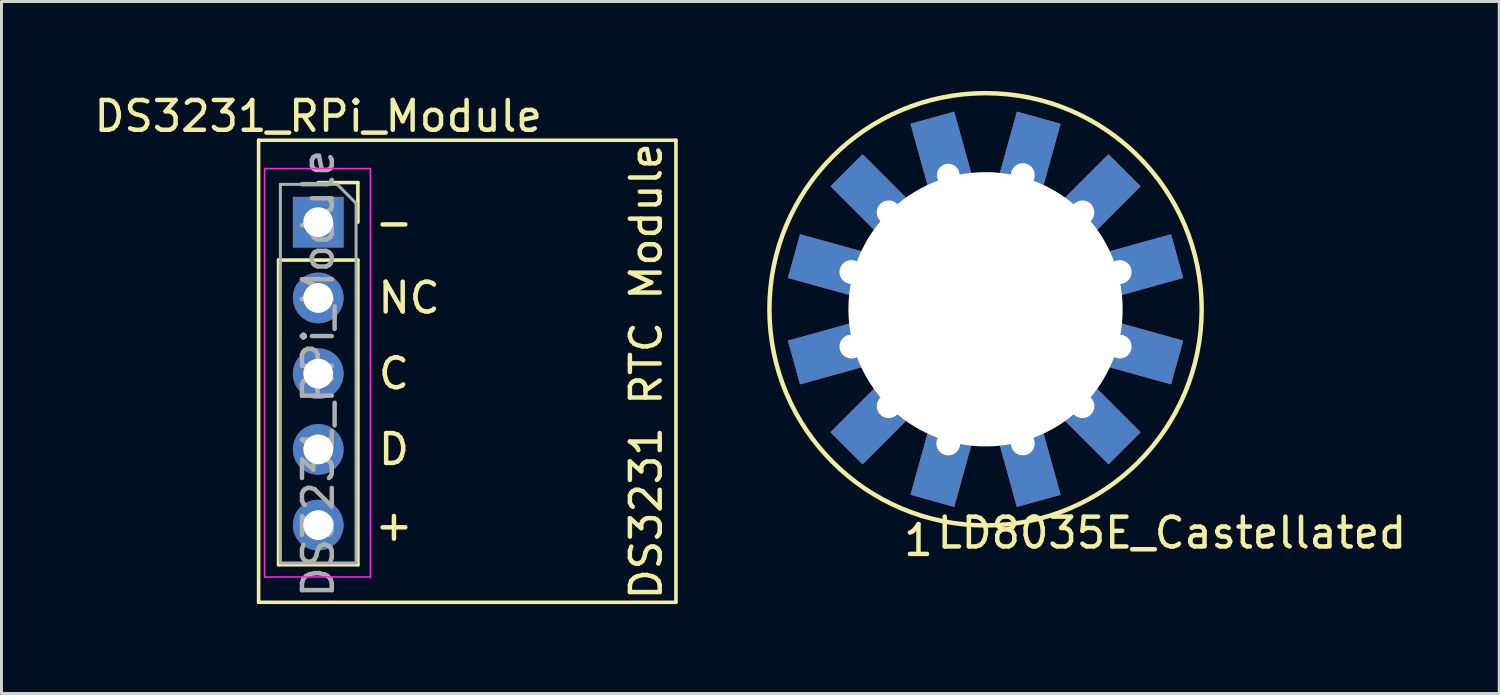
<source format=kicad_pcb>
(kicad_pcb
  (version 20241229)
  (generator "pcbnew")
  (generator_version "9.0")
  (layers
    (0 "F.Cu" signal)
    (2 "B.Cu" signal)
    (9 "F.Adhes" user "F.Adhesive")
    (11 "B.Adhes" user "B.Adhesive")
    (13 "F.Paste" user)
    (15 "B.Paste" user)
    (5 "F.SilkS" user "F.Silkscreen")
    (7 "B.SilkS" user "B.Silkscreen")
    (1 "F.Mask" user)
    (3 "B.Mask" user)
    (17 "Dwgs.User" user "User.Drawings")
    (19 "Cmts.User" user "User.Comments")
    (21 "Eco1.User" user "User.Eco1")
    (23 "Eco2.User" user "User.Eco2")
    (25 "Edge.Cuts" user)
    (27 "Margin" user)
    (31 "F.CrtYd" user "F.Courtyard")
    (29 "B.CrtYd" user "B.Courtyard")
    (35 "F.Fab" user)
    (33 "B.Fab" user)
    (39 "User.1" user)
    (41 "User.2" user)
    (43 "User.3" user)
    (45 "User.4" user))
  (footprint "DS3231_RPi_Module"
    (layer "F.Cu")
    (at 7.625 4.404)
    (property "Reference" "DS3231_RPi_Module" (at 0 -3.556 0) (layer "F.SilkS") (effects (font (size 1 1) (thickness 0.15))))
    (attr through_hole)
    (fp_line (start -2 -2.75) (end 12 -2.75) (stroke (width 0.12) (type solid)) (layer "F.SilkS"))
    (fp_line (start -2 12.75) (end -2 -2.75) (stroke (width 0.12) (type solid)) (layer "F.SilkS"))
    (fp_line (start -1.33 1.27) (end -1.33 11.49) (stroke (width 0.12) (type solid)) (layer "F.SilkS"))
    (fp_line (start -1.33 1.27) (end 1.33 1.27) (stroke (width 0.12) (type solid)) (layer "F.SilkS"))
    (fp_line (start -1.33 11.49) (end 1.33 11.49) (stroke (width 0.12) (type solid)) (layer "F.SilkS"))
    (fp_line (start 0 -1.33) (end 1.33 -1.33) (stroke (width 0.12) (type solid)) (layer "F.SilkS"))
    (fp_line (start 1.33 -1.33) (end 1.33 0) (stroke (width 0.12) (type solid)) (layer "F.SilkS"))
    (fp_line (start 1.33 1.27) (end 1.33 11.49) (stroke (width 0.12) (type solid)) (layer "F.SilkS"))
    (fp_line (start 12 -2.75) (end 12 12.75) (stroke (width 0.12) (type solid)) (layer "F.SilkS"))
    (fp_line (start 12 12.75) (end -2 12.75) (stroke (width 0.12) (type solid)) (layer "F.SilkS"))
    (fp_line (start -1.8 -1.8) (end 1.75 -1.8) (stroke (width 0.05) (type solid)) (layer "F.CrtYd"))
    (fp_line (start -1.8 11.9) (end -1.8 -1.8) (stroke (width 0.05) (type solid)) (layer "F.CrtYd"))
    (fp_line (start 1.75 -1.8) (end 1.75 11.9) (stroke (width 0.05) (type solid)) (layer "F.CrtYd"))
    (fp_line (start 1.75 11.9) (end -1.8 11.9) (stroke (width 0.05) (type solid)) (layer "F.CrtYd"))
    (fp_line (start -1.27 -1.27) (end 0.635 -1.27) (stroke (width 0.1) (type solid)) (layer "F.Fab"))
    (fp_line (start -1.27 11.43) (end -1.27 -1.27) (stroke (width 0.1) (type solid)) (layer "F.Fab"))
    (fp_line (start 0.635 -1.27) (end 1.27 -0.635) (stroke (width 0.1) (type solid)) (layer "F.Fab"))
    (fp_line (start 1.27 -0.635) (end 1.27 11.43) (stroke (width 0.1) (type solid)) (layer "F.Fab"))
    (fp_line (start 1.27 11.43) (end -1.27 11.43) (stroke (width 0.1) (type solid)) (layer "F.Fab"))
    (fp_text user "DS3231 RTC Module" (at 11 5 90) (layer "F.SilkS") (effects (font (size 1 1) (thickness 0.15))))
    (fp_text user "C" (at 2.54 5.08 0) (layer "F.SilkS") (effects (font (size 1 1) (thickness 0.15))))
    (fp_text user "+" (at 2.54 10.16 0) (layer "F.SilkS") (effects (font (size 1 1) (thickness 0.15))))
    (fp_text user "-" (at 2.54 0 0) (layer "F.SilkS") (effects (font (size 1 1) (thickness 0.15))))
    (fp_text user "D" (at 2.54 7.62 0) (layer "F.SilkS") (effects (font (size 1 1) (thickness 0.15))))
    (fp_text user "NC" (at 3.048 2.54 0) (layer "F.SilkS") (effects (font (size 1 1) (thickness 0.15))))
    (fp_text user "${REFERENCE}" (at 0 5.08 90) (layer "F.Fab") (effects (font (size 1 1) (thickness 0.15))))
    (pad "1" thru_hole rect (at 0 0) (size 1.7 1.7) (drill 1) (layers "*.Cu" "*.Mask"))
    (pad "2" thru_hole oval (at 0 2.54) (size 1.7 1.7) (drill 1) (layers "*.Cu" "*.Mask"))
    (pad "3" thru_hole oval (at 0 5.08) (size 1.7 1.7) (drill 1) (layers "*.Cu" "*.Mask"))
    (pad "4" thru_hole oval (at 0 7.62) (size 1.7 1.7) (drill 1) (layers "*.Cu" "*.Mask"))
    (pad "5" thru_hole oval (at 0 10.16) (size 1.7 1.7) (drill 1) (layers "*.Cu" "*.Mask")))
  (footprint "LD8035E_Castellated"
    (layer "F.Cu")
    (at 30.01 7.325)
    (property "Reference" "LD8035E_Castellated" (at 6.25 7.5 0) (layer "F.SilkS") (effects (font (size 1 1) (thickness 0.15))))
    (attr through_hole)
    (fp_circle (center 0 0) (end 7.25 0) (stroke (width 0.15) (type solid)) (fill no) (layer "F.SilkS"))
    (fp_text user "1" (at -2.25 7.75 0) (layer "F.SilkS") (effects (font (size 1 1) (thickness 0.15))))
    (pad "" np_thru_hole circle (at 0 0) (size 9.2 9.2) (drill 9.2) (layers "*.Cu" "*.Mask"))
    (pad "1" thru_hole rect (at 1.25 4.5 195.5) (size 1.524 2.5) (drill 0.8 (offset 0 -0.75)) (layers "*.Cu" "*.Mask"))
    (pad "2" thru_hole rect (at 3.25 3.25 225) (size 1.524 2.5) (drill 0.8 (offset 0 -0.75)) (layers "*.Cu" "*.Mask"))
    (pad "3" thru_hole rect (at 4.5 1.25 254.5) (size 1.524 2.5) (drill 0.8 (offset 0 -0.75)) (layers "*.Cu" "*.Mask"))
    (pad "4" thru_hole rect (at 4.5 -1.25 285.5) (size 1.524 2.5) (drill 0.8 (offset 0 -0.75)) (layers "*.Cu" "*.Mask"))
    (pad "5" thru_hole rect (at 3.25 -3.25 315) (size 1.524 2.5) (drill 0.8 (offset 0 -0.75)) (layers "*.Cu" "*.Mask"))
    (pad "6" thru_hole rect (at 1.25 -4.5 344.5) (size 1.524 2.5) (drill 0.8 (offset 0 -0.75)) (layers "*.Cu" "*.Mask"))
    (pad "7" thru_hole rect (at -1.25 -4.5 15.5) (size 1.524 2.5) (drill 0.762 (offset 0 -0.75)) (layers "*.Cu" "*.Mask"))
    (pad "8" thru_hole rect (at -3.25 -3.25 45) (size 1.524 2.5) (drill 0.8 (offset 0 -0.75)) (layers "*.Cu" "*.Mask"))
    (pad "9" thru_hole rect (at -4.5 -1.25 74.5) (size 1.524 2.5) (drill 0.8 (offset 0 -0.75)) (layers "*.Cu" "*.Mask"))
    (pad "10" thru_hole rect (at -4.5 1.25 105.5) (size 1.524 2.5) (drill 0.8 (offset 0 -0.75)) (layers "*.Cu" "*.Mask"))
    (pad "11" thru_hole rect (at -3.25 3.25 135) (size 1.524 2.5) (drill 0.8 (offset 0 -0.75)) (layers "*.Cu" "*.Mask"))
    (pad "12" thru_hole rect (at -1.25 4.5 164.5) (size 1.524 2.5) (drill 0.8 (offset 0 -0.75)) (layers "*.Cu" "*.Mask")))
  (gr_rect
    (start -3 -3)
    (end 47.242 20.214)
    (stroke (width 0.1) (type default))
    (fill no)
    (layer "Edge.Cuts")))
</source>
